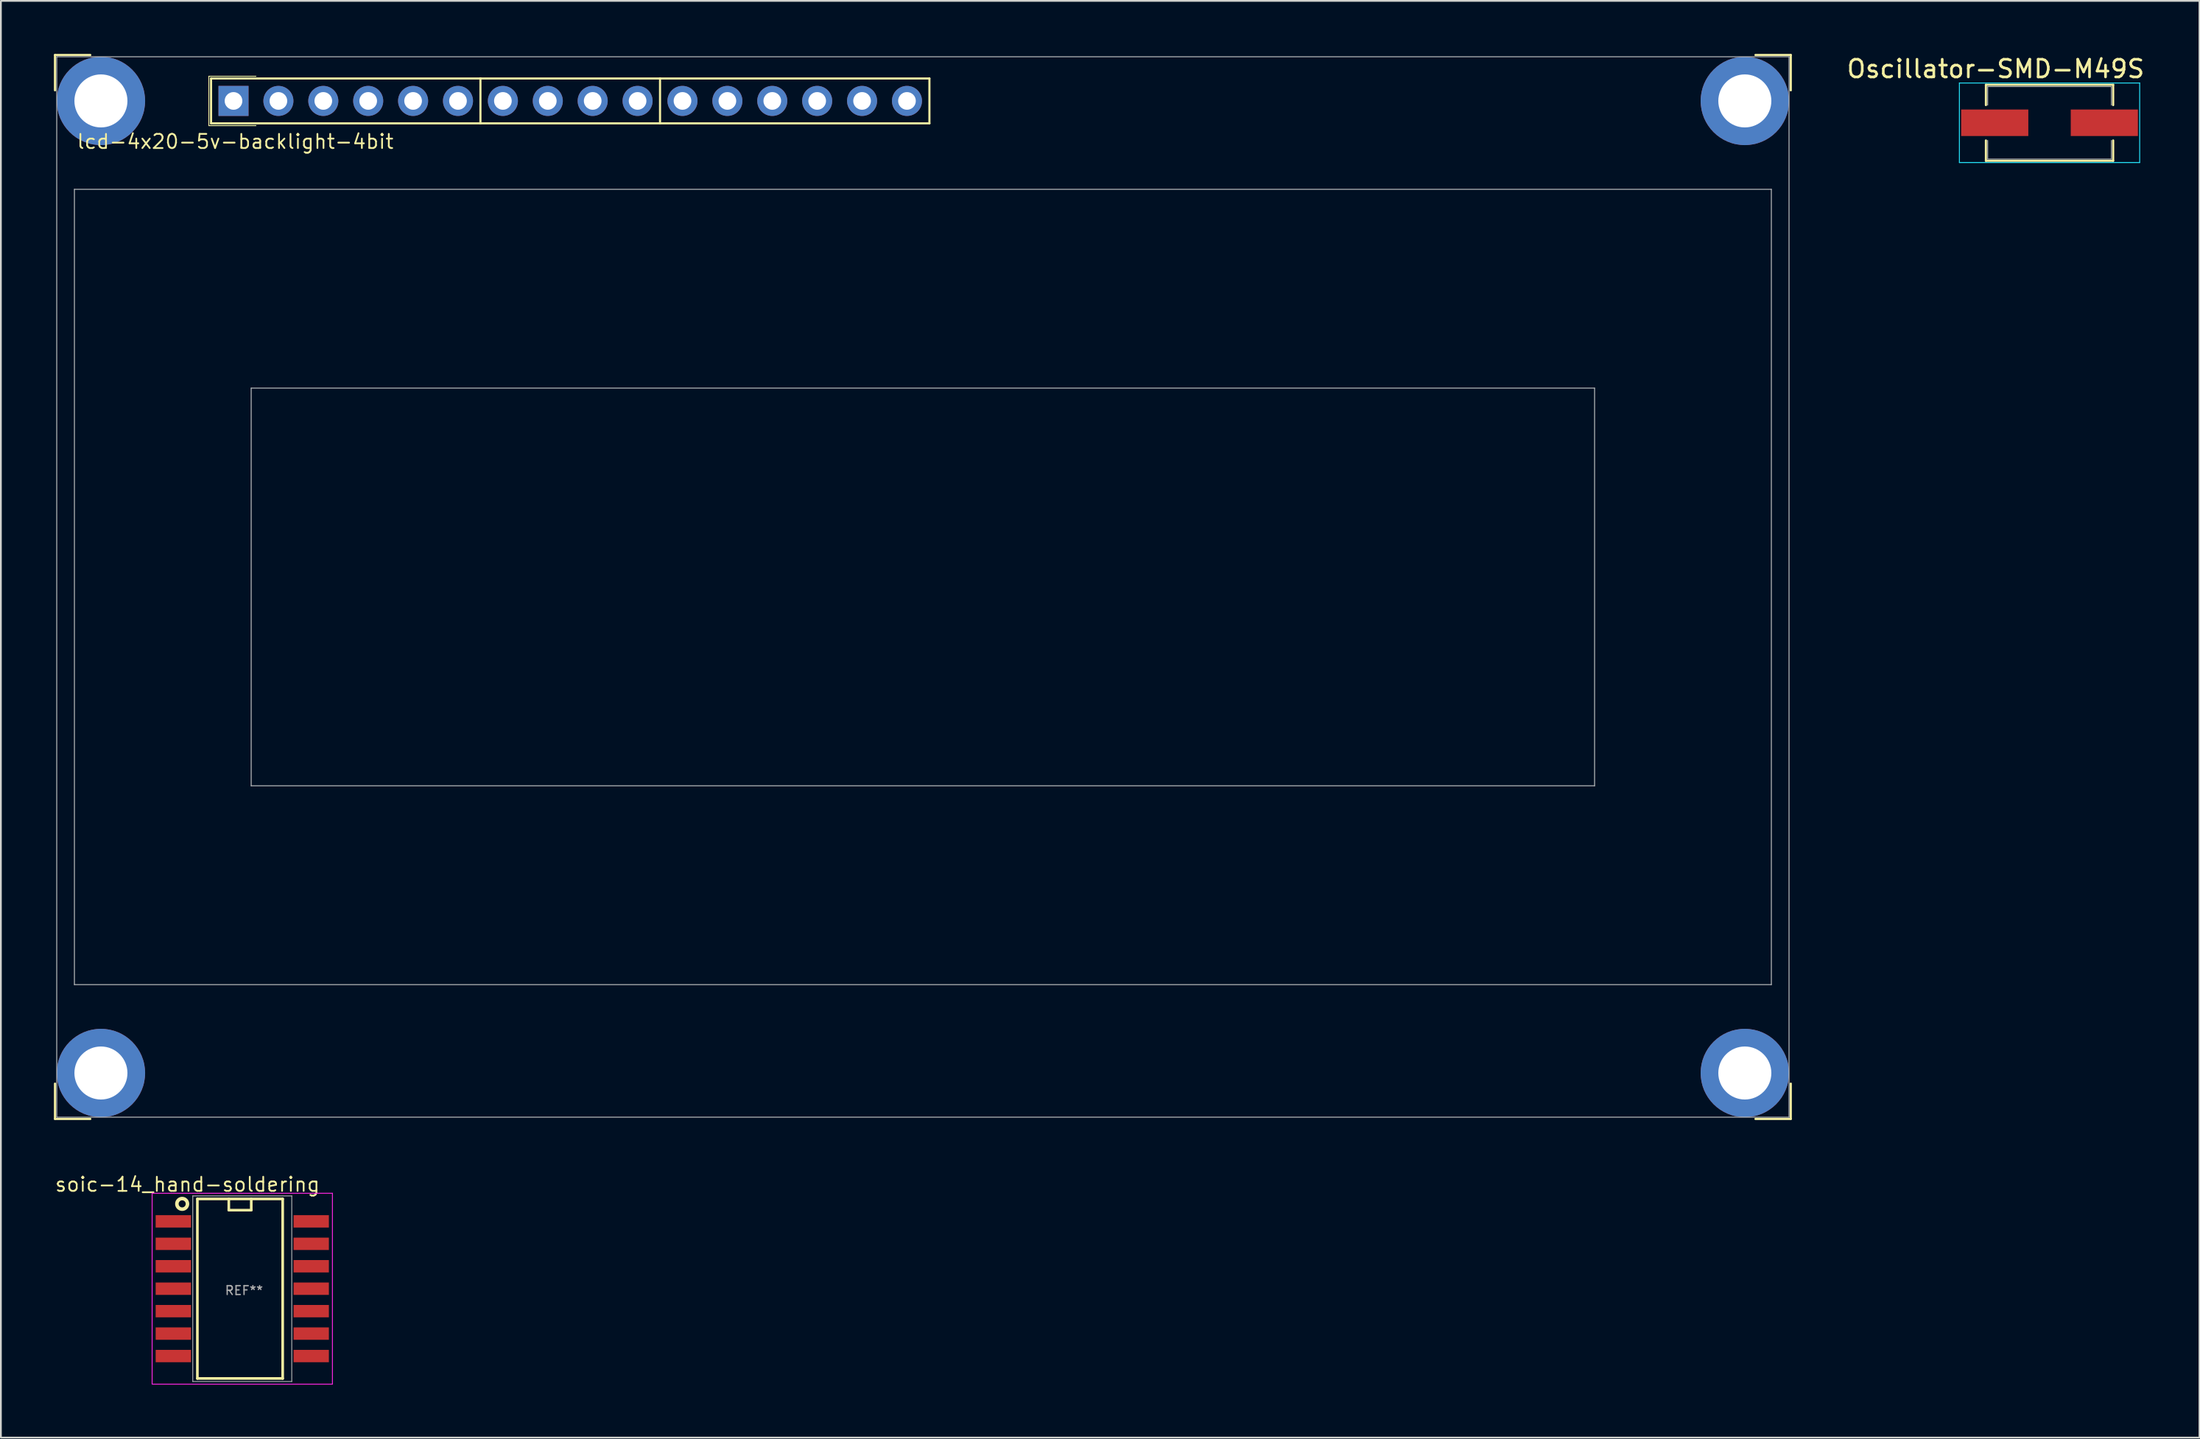
<source format=kicad_pcb>
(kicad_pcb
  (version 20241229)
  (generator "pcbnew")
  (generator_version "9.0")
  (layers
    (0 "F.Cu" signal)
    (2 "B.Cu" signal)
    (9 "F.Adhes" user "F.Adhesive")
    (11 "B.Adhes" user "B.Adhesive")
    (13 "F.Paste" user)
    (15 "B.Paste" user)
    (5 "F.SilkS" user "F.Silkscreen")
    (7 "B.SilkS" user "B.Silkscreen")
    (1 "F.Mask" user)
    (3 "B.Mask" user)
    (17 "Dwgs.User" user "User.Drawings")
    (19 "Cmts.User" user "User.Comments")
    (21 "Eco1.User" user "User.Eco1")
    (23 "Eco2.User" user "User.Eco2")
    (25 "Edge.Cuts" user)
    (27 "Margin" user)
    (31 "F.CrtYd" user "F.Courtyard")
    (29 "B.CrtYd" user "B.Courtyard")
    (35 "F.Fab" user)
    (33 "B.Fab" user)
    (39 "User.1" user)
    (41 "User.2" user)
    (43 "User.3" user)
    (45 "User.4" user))
  (footprint "lcd-4x20-5v-backlight-4bit"
    (layer "F.Cu")
    (at 49.16 30.16)
    (property "Reference" "lcd-4x20-5v-backlight-4bit" (at -38.9 -25.2 0) (layer "F.SilkS") (effects (font (size 0.8 0.8) (thickness 0.1))))
    (attr through_hole)
    (fp_line (start -49.1 -30.1) (end -49.1 -28.1) (stroke (width 0.12) (type solid)) (layer "F.SilkS"))
    (fp_line (start -49.1 -30.1) (end -47.1 -30.1) (stroke (width 0.12) (type solid)) (layer "F.SilkS"))
    (fp_line (start -49.1 30.1) (end -49.1 28.1) (stroke (width 0.12) (type solid)) (layer "F.SilkS"))
    (fp_line (start -49.1 30.1) (end -47.1 30.1) (stroke (width 0.12) (type solid)) (layer "F.SilkS"))
    (fp_line (start -40.397 -28.897) (end -37.73 -28.897) (stroke (width 0.05) (type solid)) (layer "F.SilkS"))
    (fp_line (start -40.397 -26.103) (end -40.397 -28.897) (stroke (width 0.05) (type solid)) (layer "F.SilkS"))
    (fp_line (start -40.397 -26.103) (end -37.73 -26.103) (stroke (width 0.05) (type solid)) (layer "F.SilkS"))
    (fp_line (start -40.27 -28.77) (end -25.03 -28.77) (stroke (width 0.12) (type solid)) (layer "F.SilkS"))
    (fp_line (start -40.27 -26.23) (end -40.27 -28.77) (stroke (width 0.12) (type solid)) (layer "F.SilkS"))
    (fp_line (start -25.03 -28.77) (end 0.37 -28.77) (stroke (width 0.12) (type solid)) (layer "F.SilkS"))
    (fp_line (start -25.03 -26.23) (end -40.27 -26.23) (stroke (width 0.12) (type solid)) (layer "F.SilkS"))
    (fp_line (start -25.03 -26.23) (end -25.03 -28.77) (stroke (width 0.12) (type solid)) (layer "F.SilkS"))
    (fp_line (start -14.87 -26.23) (end -14.87 -28.77) (stroke (width 0.12) (type solid)) (layer "F.SilkS"))
    (fp_line (start 0.37 -28.77) (end 0.37 -26.23) (stroke (width 0.12) (type solid)) (layer "F.SilkS"))
    (fp_line (start 0.37 -26.23) (end -25.03 -26.23) (stroke (width 0.12) (type solid)) (layer "F.SilkS"))
    (fp_line (start 49.1 -30.1) (end 47.1 -30.1) (stroke (width 0.12) (type solid)) (layer "F.SilkS"))
    (fp_line (start 49.1 -30.1) (end 49.1 -28.1) (stroke (width 0.12) (type solid)) (layer "F.SilkS"))
    (fp_line (start 49.1 30.1) (end 47.1 30.1) (stroke (width 0.12) (type solid)) (layer "F.SilkS"))
    (fp_line (start 49.1 30.1) (end 49.1 28.1) (stroke (width 0.12) (type solid)) (layer "F.SilkS"))
    (fp_line (start -49 -30) (end 49 -30) (stroke (width 0.05) (type solid)) (layer "Dwgs.User"))
    (fp_line (start -49 30) (end -49 -30) (stroke (width 0.05) (type solid)) (layer "Dwgs.User"))
    (fp_line (start -48 -22.5) (end 48 -22.5) (stroke (width 0.05) (type solid)) (layer "Dwgs.User"))
    (fp_line (start -48 22.5) (end -48 -22.5) (stroke (width 0.05) (type solid)) (layer "Dwgs.User"))
    (fp_line (start -38 -11.25) (end 38 -11.25) (stroke (width 0.05) (type solid)) (layer "Dwgs.User"))
    (fp_line (start -38 11.25) (end -38 -11.25) (stroke (width 0.05) (type solid)) (layer "Dwgs.User"))
    (fp_line (start 38 -11.25) (end 38 11.25) (stroke (width 0.05) (type solid)) (layer "Dwgs.User"))
    (fp_line (start 38 11.25) (end -38 11.25) (stroke (width 0.05) (type solid)) (layer "Dwgs.User"))
    (fp_line (start 48 -22.5) (end 48 22.5) (stroke (width 0.05) (type solid)) (layer "Dwgs.User"))
    (fp_line (start 48 22.5) (end -48 22.5) (stroke (width 0.05) (type solid)) (layer "Dwgs.User"))
    (fp_line (start 49 -30) (end 49 30) (stroke (width 0.05) (type solid)) (layer "Dwgs.User"))
    (fp_line (start 49 30) (end -49 30) (stroke (width 0.05) (type solid)) (layer "Dwgs.User"))
    (pad "" np_thru_hole oval (at -46.5 -27.5) (size 5 5) (drill 3) (layers "*.Cu" "*.Mask"))
    (pad "" np_thru_hole oval (at -46.5 27.5) (size 5 5) (drill 3) (layers "*.Cu" "*.Mask"))
    (pad "" np_thru_hole oval (at 46.5 -27.5) (size 5 5) (drill 3) (layers "*.Cu" "*.Mask"))
    (pad "" np_thru_hole oval (at 46.5 27.5) (size 5 5) (drill 3) (layers "*.Cu" "*.Mask"))
    (pad "1" thru_hole rect (at -39 -27.5) (size 1.7 1.7) (drill 1) (layers "*.Cu" "*.Mask"))
    (pad "2" thru_hole oval (at -36.46 -27.5) (size 1.7 1.7) (drill 1) (layers "*.Cu" "*.Mask"))
    (pad "3" thru_hole oval (at -33.92 -27.5) (size 1.7 1.7) (drill 1) (layers "*.Cu" "*.Mask"))
    (pad "4" thru_hole oval (at -31.38 -27.5) (size 1.7 1.7) (drill 1) (layers "*.Cu" "*.Mask"))
    (pad "5" thru_hole oval (at -28.84 -27.5) (size 1.7 1.7) (drill 1) (layers "*.Cu" "*.Mask"))
    (pad "6" thru_hole oval (at -26.3 -27.5) (size 1.7 1.7) (drill 1) (layers "*.Cu" "*.Mask"))
    (pad "7" thru_hole oval (at -23.76 -27.5) (size 1.7 1.7) (drill 1) (layers "*.Cu" "*.Mask"))
    (pad "8" thru_hole oval (at -21.22 -27.5) (size 1.7 1.7) (drill 1) (layers "*.Cu" "*.Mask"))
    (pad "9" thru_hole oval (at -18.68 -27.5) (size 1.7 1.7) (drill 1) (layers "*.Cu" "*.Mask"))
    (pad "10" thru_hole oval (at -16.14 -27.5) (size 1.7 1.7) (drill 1) (layers "*.Cu" "*.Mask"))
    (pad "11" thru_hole oval (at -13.6 -27.5) (size 1.7 1.7) (drill 1) (layers "*.Cu" "*.Mask"))
    (pad "12" thru_hole oval (at -11.06 -27.5) (size 1.7 1.7) (drill 1) (layers "*.Cu" "*.Mask"))
    (pad "13" thru_hole oval (at -8.52 -27.5) (size 1.7 1.7) (drill 1) (layers "*.Cu" "*.Mask"))
    (pad "14" thru_hole oval (at -5.98 -27.5) (size 1.7 1.7) (drill 1) (layers "*.Cu" "*.Mask"))
    (pad "15" thru_hole oval (at -3.44 -27.5) (size 1.7 1.7) (drill 1) (layers "*.Cu" "*.Mask"))
    (pad "16" thru_hole oval (at -0.9 -27.5) (size 1.7 1.7) (drill 1) (layers "*.Cu" "*.Mask")))
  (footprint "soic-14_hand-soldering"
    (layer "F.Cu")
    (at 10.656 69.864)
    (property "Reference" "soic-14_hand-soldering" (at -3.1 -5.9 0) (layer "F.SilkS") (effects (font (size 0.8 0.8) (thickness 0.1))))
    (attr smd)
    (fp_line (start -2.54 -5.08) (end 2.286 -5.08) (stroke (width 0.15) (type solid)) (layer "F.SilkS"))
    (fp_line (start -2.54 5.08) (end -2.54 -5.08) (stroke (width 0.15) (type solid)) (layer "F.SilkS"))
    (fp_line (start -0.762 -4.445) (end -0.762 -5.08) (stroke (width 0.15) (type solid)) (layer "F.SilkS"))
    (fp_line (start 0.508 -5.08) (end 0.508 -4.445) (stroke (width 0.15) (type solid)) (layer "F.SilkS"))
    (fp_line (start 0.508 -4.445) (end -0.762 -4.445) (stroke (width 0.15) (type solid)) (layer "F.SilkS"))
    (fp_line (start 2.286 -5.08) (end 2.286 5.08) (stroke (width 0.15) (type solid)) (layer "F.SilkS"))
    (fp_line (start 2.286 5.08) (end -2.54 5.08) (stroke (width 0.15) (type solid)) (layer "F.SilkS"))
    (fp_circle (center -3.4 -4.8) (end -3.4 -4.5) (stroke (width 0.2) (type solid)) (fill no) (layer "F.SilkS"))
    (fp_line (start -5.1 -5.4) (end -5.1 5.4) (stroke (width 0.05) (type solid)) (layer "F.CrtYd"))
    (fp_line (start -5.1 5.4) (end 5.1 5.4) (stroke (width 0.05) (type solid)) (layer "F.CrtYd"))
    (fp_line (start 5.1 -5.4) (end -5.1 -5.4) (stroke (width 0.05) (type solid)) (layer "F.CrtYd"))
    (fp_line (start 5.1 5.4) (end 5.1 -5.4) (stroke (width 0.05) (type solid)) (layer "F.CrtYd"))
    (fp_line (start -2.8 -5.25) (end 2.8 -5.25) (stroke (width 0.05) (type solid)) (layer "F.Fab"))
    (fp_line (start -2.8 5.25) (end -2.8 -5.25) (stroke (width 0.05) (type solid)) (layer "F.Fab"))
    (fp_line (start 2.8 -5.25) (end 2.8 5.25) (stroke (width 0.05) (type solid)) (layer "F.Fab"))
    (fp_line (start 2.8 5.25) (end -2.8 5.25) (stroke (width 0.05) (type solid)) (layer "F.Fab"))
    (fp_text user "REF**" (at 0.1 0.1 0) (layer "F.Fab") (effects (font (size 0.5 0.5) (thickness 0.075))))
    (pad "1" smd rect (at -3.9 -3.81) (size 2 0.7) (layers "F.Cu" "F.Mask" "F.Paste"))
    (pad "2" smd rect (at -3.9 -2.54) (size 2 0.7) (layers "F.Cu" "F.Mask" "F.Paste"))
    (pad "3" smd rect (at -3.9 -1.27) (size 2 0.7) (layers "F.Cu" "F.Mask" "F.Paste"))
    (pad "4" smd rect (at -3.9 0) (size 2 0.7) (layers "F.Cu" "F.Mask" "F.Paste"))
    (pad "5" smd rect (at -3.9 1.27) (size 2 0.7) (layers "F.Cu" "F.Mask" "F.Paste"))
    (pad "6" smd rect (at -3.9 2.54) (size 2 0.7) (layers "F.Cu" "F.Mask" "F.Paste"))
    (pad "7" smd rect (at -3.9 3.81) (size 2 0.7) (layers "F.Cu" "F.Mask" "F.Paste"))
    (pad "8" smd rect (at 3.9 3.81) (size 2 0.7) (layers "F.Cu" "F.Mask" "F.Paste"))
    (pad "9" smd rect (at 3.9 2.54) (size 2 0.7) (layers "F.Cu" "F.Mask" "F.Paste"))
    (pad "10" smd rect (at 3.9 1.27) (size 2 0.7) (layers "F.Cu" "F.Mask" "F.Paste"))
    (pad "11" smd rect (at 3.9 0) (size 2 0.7) (layers "F.Cu" "F.Mask" "F.Paste"))
    (pad "12" smd rect (at 3.9 -1.27) (size 2 0.7) (layers "F.Cu" "F.Mask" "F.Paste"))
    (pad "13" smd rect (at 3.9 -2.54) (size 2 0.7) (layers "F.Cu" "F.Mask" "F.Paste"))
    (pad "14" smd rect (at 3.9 -3.81) (size 2 0.7) (layers "F.Cu" "F.Mask" "F.Paste")))
  (footprint "Oscillator-SMD-M49S"
    (layer "F.Cu")
    (at 112.898 3.896)
    (property "Reference" "Oscillator-SMD-M49S" (at -3.048 -3.048 0) (layer "F.SilkS") (effects (font (size 1 1) (thickness 0.15))))
    (attr through_hole)
    (fp_line (start -3.6 -2.15) (end 3.6 -2.15) (stroke (width 0.12) (type solid)) (layer "F.SilkS"))
    (fp_line (start -3.6 -1) (end -3.6 -2.15) (stroke (width 0.12) (type solid)) (layer "F.SilkS"))
    (fp_line (start -3.6 2.15) (end -3.6 1) (stroke (width 0.12) (type solid)) (layer "F.SilkS"))
    (fp_line (start 3.6 -2.15) (end 3.6 -1) (stroke (width 0.12) (type solid)) (layer "F.SilkS"))
    (fp_line (start 3.6 1) (end 3.6 2.15) (stroke (width 0.12) (type solid)) (layer "F.SilkS"))
    (fp_line (start 3.6 2.15) (end -3.6 2.15) (stroke (width 0.12) (type solid)) (layer "F.SilkS"))
    (fp_line (start -5.1 -2.25) (end 5.1 -2.25) (stroke (width 0.05) (type solid)) (layer "B.CrtYd"))
    (fp_line (start -5.1 2.25) (end -5.1 -2.25) (stroke (width 0.05) (type solid)) (layer "B.CrtYd"))
    (fp_line (start 5.1 -2.25) (end 5.1 2.25) (stroke (width 0.05) (type solid)) (layer "B.CrtYd"))
    (fp_line (start 5.1 2.25) (end -5.1 2.25) (stroke (width 0.05) (type solid)) (layer "B.CrtYd"))
    (fp_line (start -3.5 -2.05) (end 3.5 -2.05) (stroke (width 0.05) (type solid)) (layer "F.Fab"))
    (fp_line (start -3.5 -1) (end -3.5 -2.05) (stroke (width 0.05) (type solid)) (layer "F.Fab"))
    (fp_line (start -3.5 1) (end -3.5 2.05) (stroke (width 0.05) (type solid)) (layer "F.Fab"))
    (fp_line (start 3.5 -1) (end 3.5 -2.05) (stroke (width 0.05) (type solid)) (layer "F.Fab"))
    (fp_line (start 3.5 2.05) (end -3.5 2.05) (stroke (width 0.05) (type solid)) (layer "F.Fab"))
    (fp_line (start 3.5 2.05) (end 3.5 1) (stroke (width 0.05) (type solid)) (layer "F.Fab"))
    (pad "1" smd rect (at -3.1 0) (size 3.8 1.5) (layers "F.Cu" "F.Mask" "F.Paste"))
    (pad "2" smd rect (at 3.1 0) (size 3.8 1.5) (layers "F.Cu" "F.Mask" "F.Paste")))
  (gr_rect
    (start -3 -3)
    (end 121.38 78.288)
    (stroke (width 0.1) (type default))
    (fill no)
    (layer "Edge.Cuts")))
</source>
